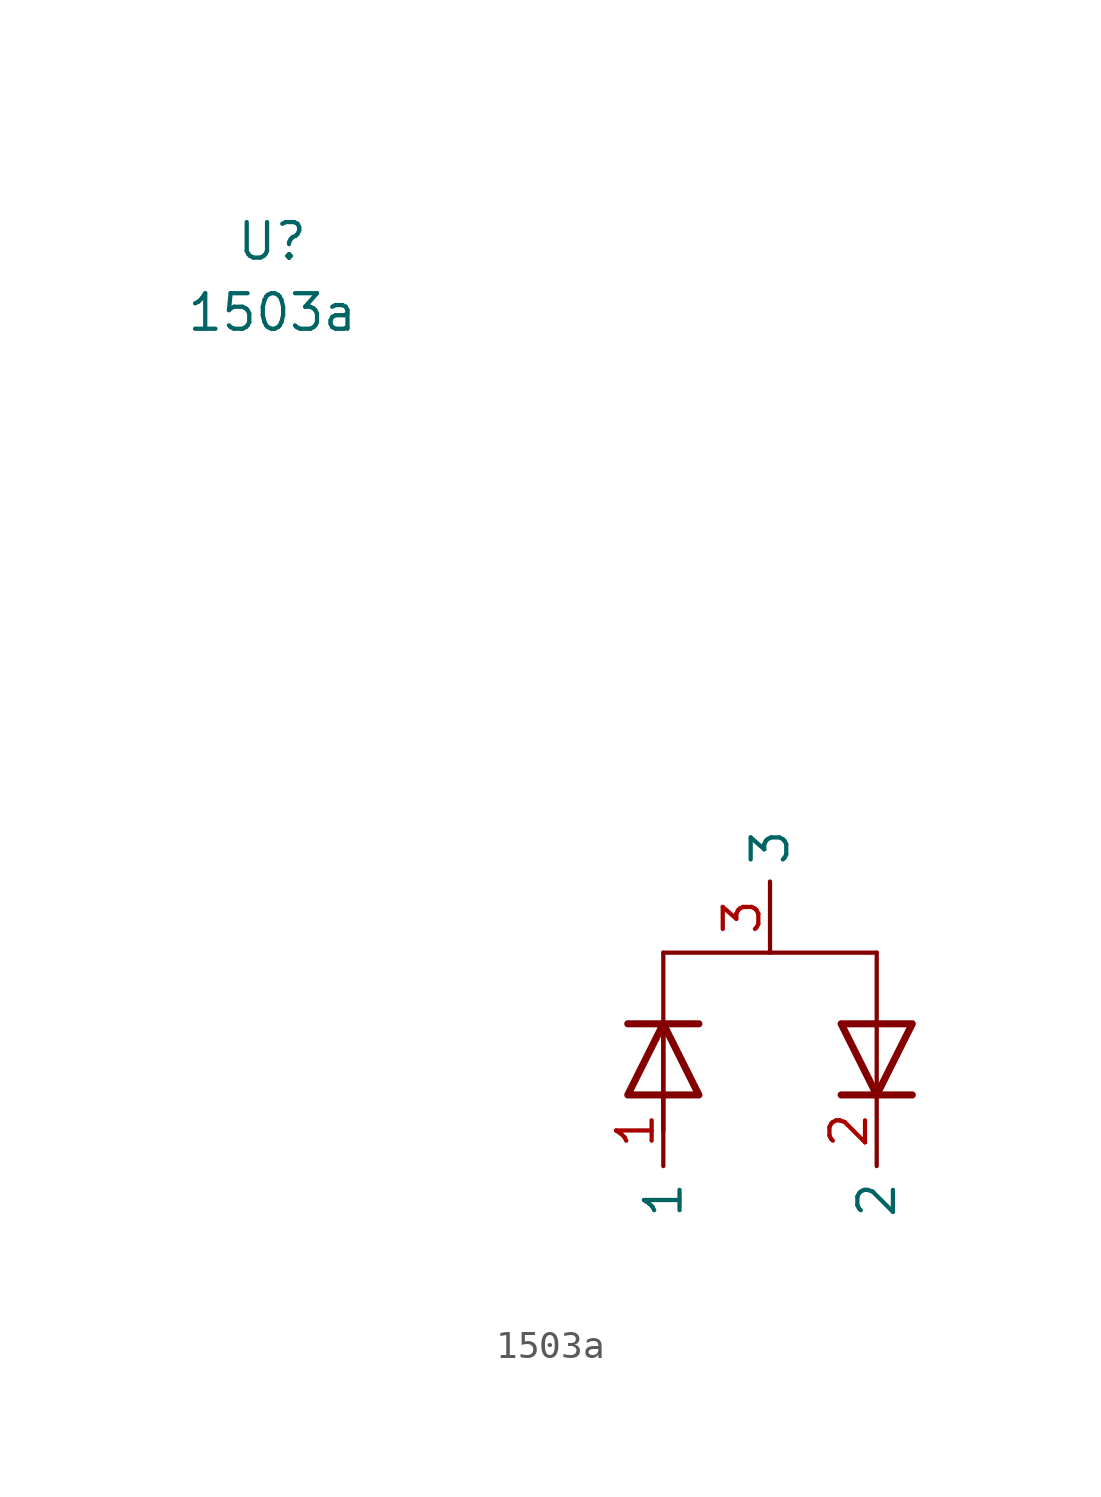
<source format=kicad_sym>
(kicad_symbol_lib
  (version 20211014)
  (generator kicad_symbol_editor)
  (symbol "1503a"
    (property "Reference" "U"
      (at 0 0 0)
      (effects (font (size 1.27 1.27))))
    (property "Value" "1503a"
      (at 0 -2.54 0)
      (effects (font (size 1.27 1.27))))
    (symbol "1503a_0_1"
      (polyline (pts (xy 12.7 -27.94) (xy 15.24 -27.94)) (stroke (width 0.254) (type default) (color 0 0 0 0)) (fill (type none)))
      (polyline (pts (xy 13.97 -30.48) (xy 13.97 -25.4)) (stroke (width 0.152) (type default) (color 0 0 0 0)) (fill (type none)))
      (polyline (pts (xy 13.97 -27.94) (xy 13.97 -31.75)) (stroke (width 0.152) (type default) (color 0 0 0 0)) (fill (type none)))
      (polyline (pts (xy 13.97 -25.4) (xy 21.59 -25.4)) (stroke (width 0.152) (type default) (color 0 0 0 0)) (fill (type none)))
      (polyline (pts (xy 20.32 -30.48) (xy 22.86 -30.48)) (stroke (width 0.254) (type default) (color 0 0 0 0)) (fill (type none)))
      (polyline (pts (xy 21.59 -25.4) (xy 21.59 -30.48)) (stroke (width 0.152) (type default) (color 0 0 0 0)) (fill (type none)))
      (polyline (pts (xy 15.24 -30.48) (xy 12.7 -30.48) (xy 13.97 -27.94) (xy 15.24 -30.48)) (stroke (width 0.254) (type default) (color 0 0 0 0)) (fill (type none)))
      (polyline (pts (xy 20.32 -27.94) (xy 22.86 -27.94) (xy 21.59 -30.48) (xy 20.32 -27.94)) (stroke (width 0.254) (type default) (color 0 0 0 0)) (fill (type none))))
    (symbol "1503a_1_1"
      (pin input line (at 13.97 -30.48 270) (length 2.54) (name "1" (effects (font (size 1.27 1.27)))) (number "1" (effects (font (size 1.27 1.27)))))
      (pin input line (at 21.59 -30.48 270) (length 2.54) (name "2" (effects (font (size 1.27 1.27)))) (number "2" (effects (font (size 1.27 1.27)))))
      (pin output line (at 17.78 -25.4 90) (length 2.54) (name "3" (effects (font (size 1.27 1.27)))) (number "3" (effects (font (size 1.27 1.27))))))))
</source>
